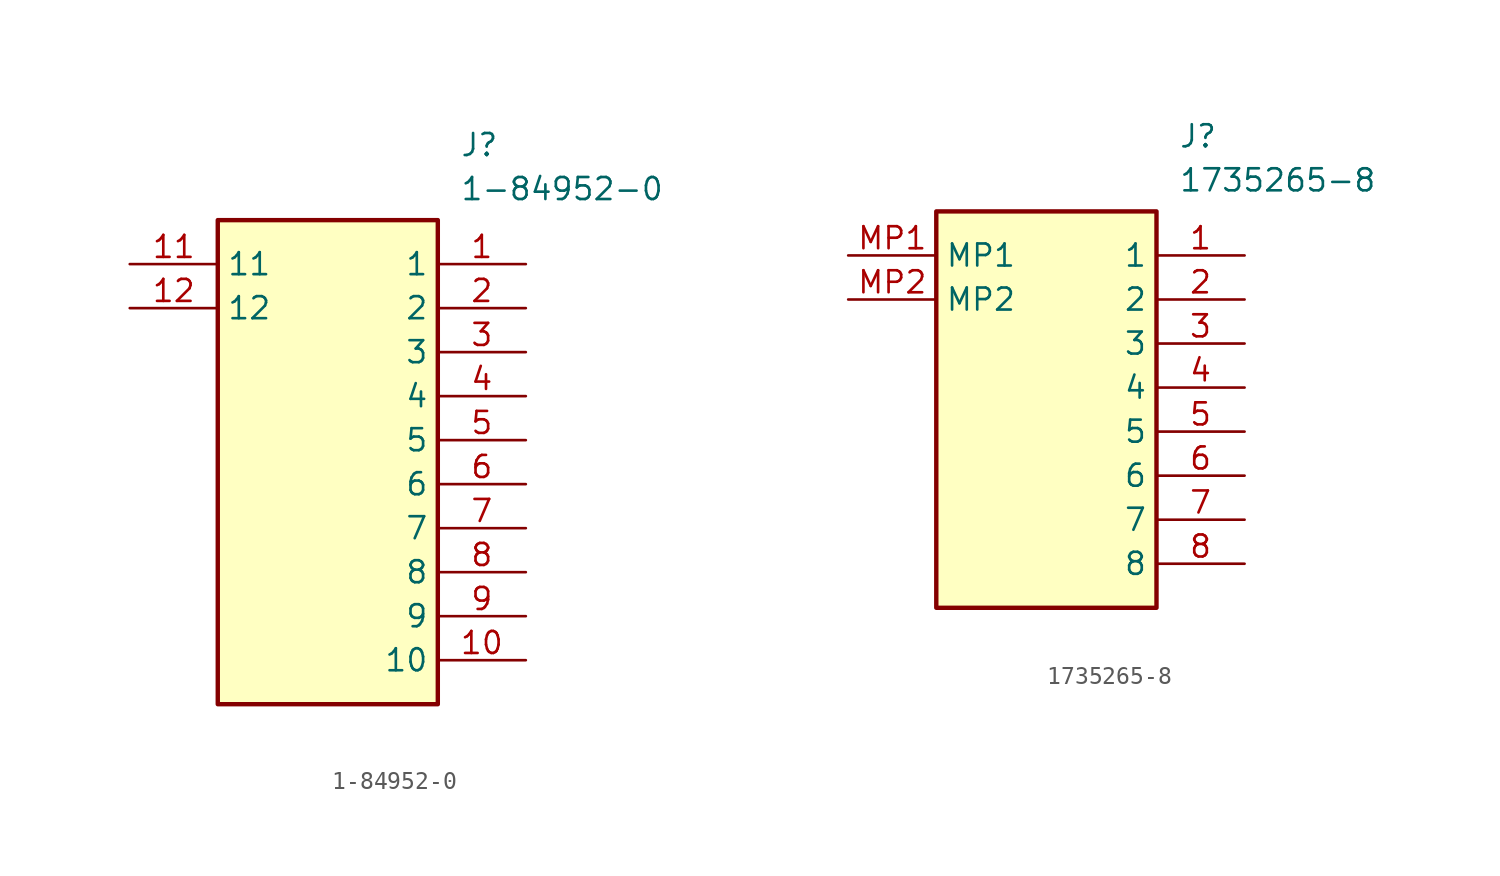
<source format=kicad_sym>
(kicad_symbol_lib
  (version 20220914)
  (generator SamacSys_ECAD_Model)
  (symbol "1-84952-0"
    (property "Reference" "J"
      (at 19.05 7.62 0)
      (effects (font (size 1.27 1.27)) (justify left top)))
    (property "Value" "1-84952-0"
      (at 19.05 5.08 0)
      (effects (font (size 1.27 1.27)) (justify left top)))
    (rectangle
      (start 5.08 2.54)
      (end 17.78 -25.4)
      (stroke (width 0.254) (type default))
      (fill (type background)))
    (pin passive line
      (at 22.86 0 180)
      (length 5.08)
      (name "1" (effects (font (size 1.27 1.27))))
      (number "1" (effects (font (size 1.27 1.27)))))
    (pin passive line
      (at 22.86 -2.54 180)
      (length 5.08)
      (name "2" (effects (font (size 1.27 1.27))))
      (number "2" (effects (font (size 1.27 1.27)))))
    (pin passive line
      (at 22.86 -5.08 180)
      (length 5.08)
      (name "3" (effects (font (size 1.27 1.27))))
      (number "3" (effects (font (size 1.27 1.27)))))
    (pin passive line
      (at 22.86 -7.62 180)
      (length 5.08)
      (name "4" (effects (font (size 1.27 1.27))))
      (number "4" (effects (font (size 1.27 1.27)))))
    (pin passive line
      (at 22.86 -10.16 180)
      (length 5.08)
      (name "5" (effects (font (size 1.27 1.27))))
      (number "5" (effects (font (size 1.27 1.27)))))
    (pin passive line
      (at 22.86 -12.7 180)
      (length 5.08)
      (name "6" (effects (font (size 1.27 1.27))))
      (number "6" (effects (font (size 1.27 1.27)))))
    (pin passive line
      (at 22.86 -15.24 180)
      (length 5.08)
      (name "7" (effects (font (size 1.27 1.27))))
      (number "7" (effects (font (size 1.27 1.27)))))
    (pin passive line
      (at 22.86 -17.78 180)
      (length 5.08)
      (name "8" (effects (font (size 1.27 1.27))))
      (number "8" (effects (font (size 1.27 1.27)))))
    (pin passive line
      (at 22.86 -20.32 180)
      (length 5.08)
      (name "9" (effects (font (size 1.27 1.27))))
      (number "9" (effects (font (size 1.27 1.27)))))
    (pin passive line
      (at 22.86 -22.86 180)
      (length 5.08)
      (name "10" (effects (font (size 1.27 1.27))))
      (number "10" (effects (font (size 1.27 1.27)))))
    (pin passive line
      (at 0 0 0)
      (length 5.08)
      (name "11" (effects (font (size 1.27 1.27))))
      (number "11" (effects (font (size 1.27 1.27)))))
    (pin passive line
      (at 0 -2.54 0)
      (length 5.08)
      (name "12" (effects (font (size 1.27 1.27))))
      (number "12" (effects (font (size 1.27 1.27))))))
  (symbol "1735265-8"
    (property "Reference" "J"
      (at 19.05 7.62 0)
      (effects (font (size 1.27 1.27)) (justify left top)))
    (property "Value" "1735265-8"
      (at 19.05 5.08 0)
      (effects (font (size 1.27 1.27)) (justify left top)))
    (rectangle
      (start 5.08 2.54)
      (end 17.78 -20.32)
      (stroke (width 0.254) (type default))
      (fill (type background)))
    (pin passive line
      (at 22.86 0 180)
      (length 5.08)
      (name "1" (effects (font (size 1.27 1.27))))
      (number "1" (effects (font (size 1.27 1.27)))))
    (pin passive line
      (at 22.86 -2.54 180)
      (length 5.08)
      (name "2" (effects (font (size 1.27 1.27))))
      (number "2" (effects (font (size 1.27 1.27)))))
    (pin passive line
      (at 22.86 -5.08 180)
      (length 5.08)
      (name "3" (effects (font (size 1.27 1.27))))
      (number "3" (effects (font (size 1.27 1.27)))))
    (pin passive line
      (at 22.86 -7.62 180)
      (length 5.08)
      (name "4" (effects (font (size 1.27 1.27))))
      (number "4" (effects (font (size 1.27 1.27)))))
    (pin passive line
      (at 22.86 -10.16 180)
      (length 5.08)
      (name "5" (effects (font (size 1.27 1.27))))
      (number "5" (effects (font (size 1.27 1.27)))))
    (pin passive line
      (at 22.86 -12.7 180)
      (length 5.08)
      (name "6" (effects (font (size 1.27 1.27))))
      (number "6" (effects (font (size 1.27 1.27)))))
    (pin passive line
      (at 22.86 -15.24 180)
      (length 5.08)
      (name "7" (effects (font (size 1.27 1.27))))
      (number "7" (effects (font (size 1.27 1.27)))))
    (pin passive line
      (at 22.86 -17.78 180)
      (length 5.08)
      (name "8" (effects (font (size 1.27 1.27))))
      (number "8" (effects (font (size 1.27 1.27)))))
    (pin passive line
      (at 0 0 0)
      (length 5.08)
      (name "MP1" (effects (font (size 1.27 1.27))))
      (number "MP1" (effects (font (size 1.27 1.27)))))
    (pin passive line
      (at 0 -2.54 0)
      (length 5.08)
      (name "MP2" (effects (font (size 1.27 1.27))))
      (number "MP2" (effects (font (size 1.27 1.27)))))))
</source>
